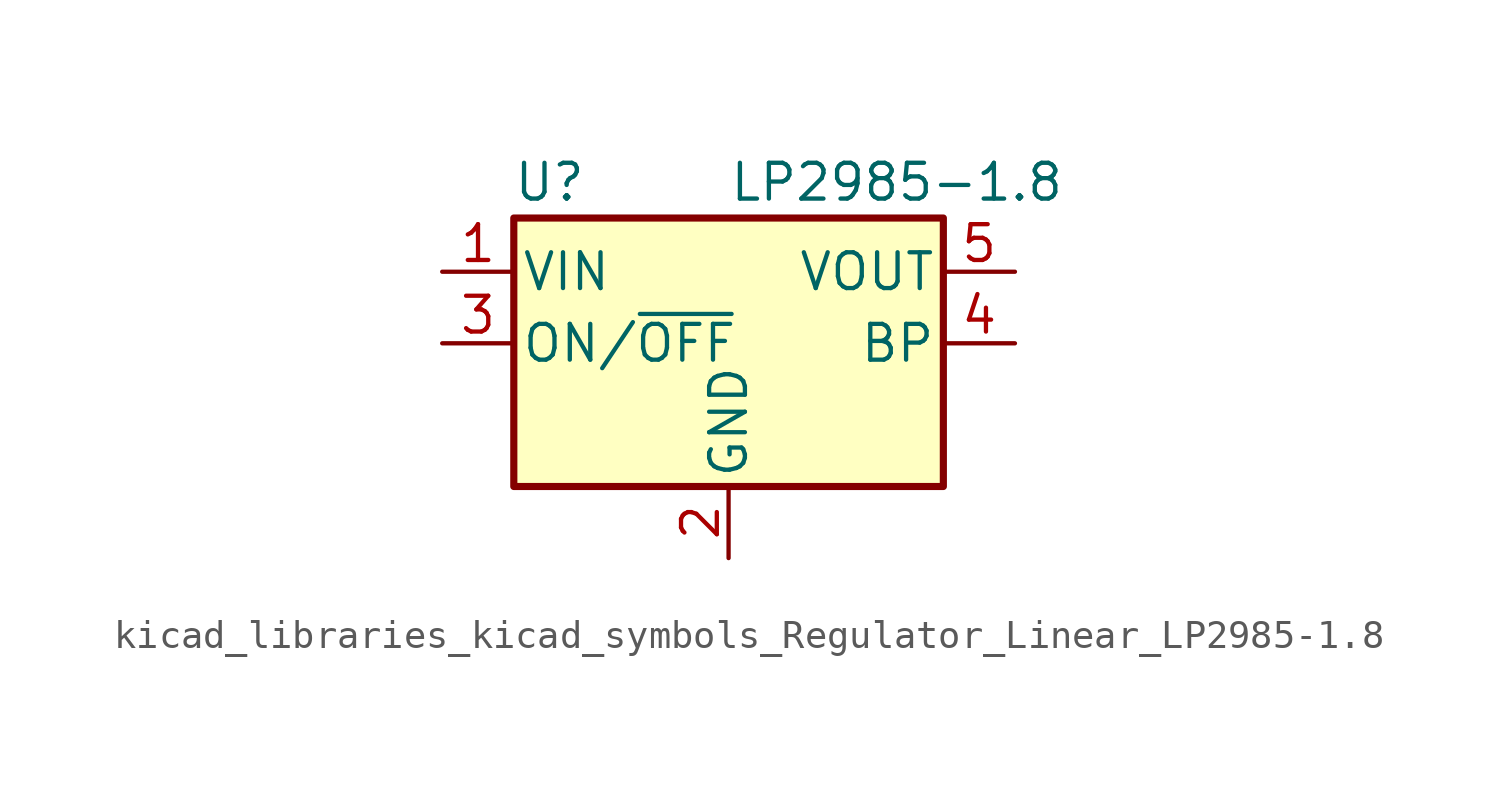
<source format=kicad_sym>
(kicad_symbol_lib
  (version 20220914)
  (generator kicad_symbol_editor)
  (symbol "kicad_libraries_kicad_symbols_Regulator_Linear_LP2985-1.8"
    (pin_names
      (offset 0.254))
    (property "Reference" "U"
      (at -6.35 5.715 0)
      (effects (font (size 1.27 1.27))))
    (property "Value" "LP2985-1.8"
      (at 0 5.715 0)
      (effects (font (size 1.27 1.27)) (justify left)))
    (symbol "kicad_libraries_kicad_symbols_Regulator_Linear_LP2985-1.8_0_1"
      (rectangle (start -7.62 -5.08) (end 7.62 4.445) (stroke (width 0.254) (type default)) (fill (type background))))
    (symbol "kicad_libraries_kicad_symbols_Regulator_Linear_LP2985-1.8_1_1"
      (pin power_in line (at -10.16 2.54 0) (length 2.54) (name "VIN" (effects (font (size 1.27 1.27)))) (number "1" (effects (font (size 1.27 1.27)))))
      (pin power_in line (at 0 -7.62 90) (length 2.54) (name "GND" (effects (font (size 1.27 1.27)))) (number "2" (effects (font (size 1.27 1.27)))))
      (pin input line (at -10.16 0 0) (length 2.54) (name "ON/~{OFF}" (effects (font (size 1.27 1.27)))) (number "3" (effects (font (size 1.27 1.27)))))
      (pin input line (at 10.16 0 180) (length 2.54) (name "BP" (effects (font (size 1.27 1.27)))) (number "4" (effects (font (size 1.27 1.27)))))
      (pin power_out line (at 10.16 2.54 180) (length 2.54) (name "VOUT" (effects (font (size 1.27 1.27)))) (number "5" (effects (font (size 1.27 1.27))))))))
</source>
